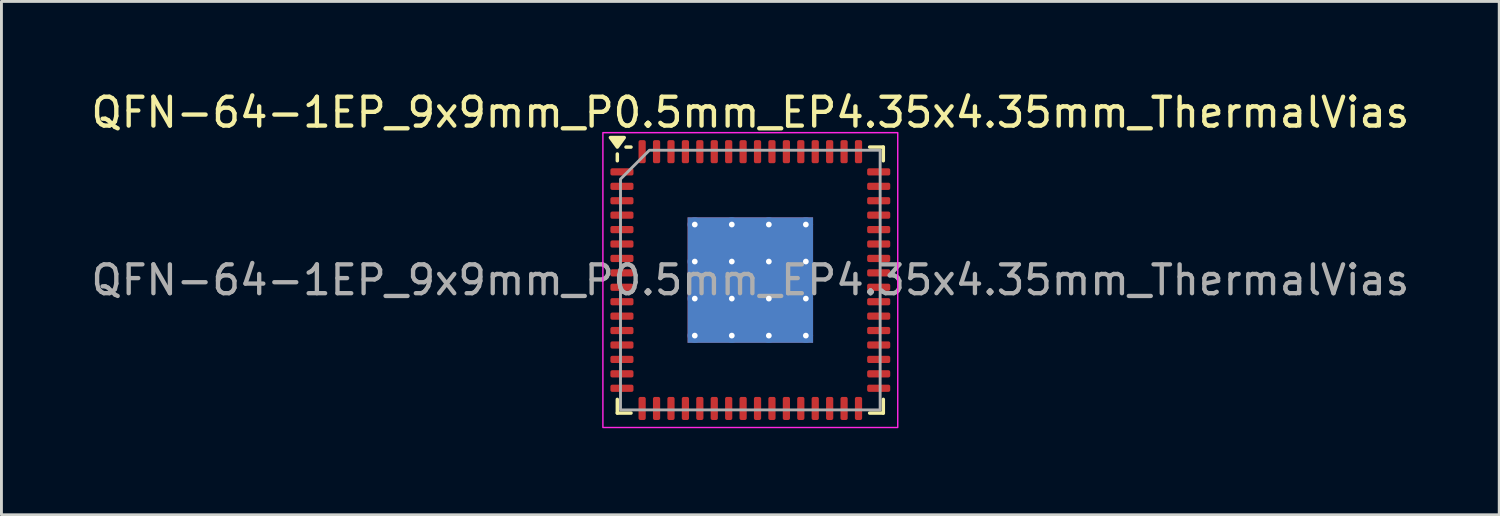
<source format=kicad_pcb>
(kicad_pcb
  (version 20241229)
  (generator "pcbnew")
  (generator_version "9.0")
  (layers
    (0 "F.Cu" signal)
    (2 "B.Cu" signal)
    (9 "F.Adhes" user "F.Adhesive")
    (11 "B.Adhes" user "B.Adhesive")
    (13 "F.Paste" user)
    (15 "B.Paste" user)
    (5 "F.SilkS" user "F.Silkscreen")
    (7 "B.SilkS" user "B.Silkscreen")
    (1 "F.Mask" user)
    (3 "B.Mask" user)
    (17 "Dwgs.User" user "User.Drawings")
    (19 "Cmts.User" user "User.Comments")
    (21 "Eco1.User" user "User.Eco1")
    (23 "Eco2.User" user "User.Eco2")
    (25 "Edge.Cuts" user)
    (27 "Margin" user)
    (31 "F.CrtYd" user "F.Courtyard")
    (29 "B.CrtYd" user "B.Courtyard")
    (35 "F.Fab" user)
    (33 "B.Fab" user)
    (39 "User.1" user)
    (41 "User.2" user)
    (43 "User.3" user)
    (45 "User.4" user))
  (footprint "QFN-64-1EP_9x9mm_P0.5mm_EP4.35x4.35mm_ThermalVias"
    (layer "F.Cu")
    (at 22.958 6.658)
    (property "Reference" "QFN-64-1EP_9x9mm_P0.5mm_EP4.35x4.35mm_ThermalVias" (at 0 -5.81 0) (layer "F.SilkS") (effects (font (size 1 1) (thickness 0.15))))
    (attr smd)
    (fp_line (start -4.61 -4.135) (end -4.61 -4.37) (stroke (width 0.12) (type solid)) (layer "F.SilkS"))
    (fp_line (start -4.61 4.61) (end -4.61 4.135) (stroke (width 0.12) (type solid)) (layer "F.SilkS"))
    (fp_line (start -4.135 -4.61) (end -4.31 -4.61) (stroke (width 0.12) (type solid)) (layer "F.SilkS"))
    (fp_line (start -4.135 4.61) (end -4.61 4.61) (stroke (width 0.12) (type solid)) (layer "F.SilkS"))
    (fp_line (start 4.135 -4.61) (end 4.61 -4.61) (stroke (width 0.12) (type solid)) (layer "F.SilkS"))
    (fp_line (start 4.135 4.61) (end 4.61 4.61) (stroke (width 0.12) (type solid)) (layer "F.SilkS"))
    (fp_line (start 4.61 -4.61) (end 4.61 -4.135) (stroke (width 0.12) (type solid)) (layer "F.SilkS"))
    (fp_line (start 4.61 4.61) (end 4.61 4.135) (stroke (width 0.12) (type solid)) (layer "F.SilkS"))
    (fp_poly (pts (xy -4.61 -4.61) (xy -4.85 -4.94) (xy -4.37 -4.94)) (stroke (width 0.12) (type solid)) (fill yes) (layer "F.SilkS"))
    (fp_rect (start -5.11 -5.11) (end 5.11 5.11) (stroke (width 0.05) (type solid)) (fill no) (layer "F.CrtYd"))
    (fp_poly (pts (xy -4.5 -3.5) (xy -4.5 4.5) (xy 4.5 4.5) (xy 4.5 -4.5) (xy -3.5 -4.5)) (stroke (width 0.1) (type solid)) (fill no) (layer "F.Fab"))
    (fp_text user "${REFERENCE}" (at 0 0 0) (layer "F.Fab") (effects (font (size 1 1) (thickness 0.15))))
    (pad "" smd roundrect (at -1.283 -1.283) (size 1.123 1.123) (layers "F.Paste") (roundrect_rratio 0.223))
    (pad "" smd roundrect (at -1.283 0) (size 1.123 1.123) (layers "F.Paste") (roundrect_rratio 0.223))
    (pad "" smd roundrect (at -1.283 1.283) (size 1.123 1.123) (layers "F.Paste") (roundrect_rratio 0.223))
    (pad "" smd roundrect (at 0 -1.283) (size 1.123 1.123) (layers "F.Paste") (roundrect_rratio 0.223))
    (pad "" smd roundrect (at 0 0) (size 1.123 1.123) (layers "F.Paste") (roundrect_rratio 0.223))
    (pad "" smd roundrect (at 0 1.283) (size 1.123 1.123) (layers "F.Paste") (roundrect_rratio 0.223))
    (pad "" smd roundrect (at 1.283 -1.283) (size 1.123 1.123) (layers "F.Paste") (roundrect_rratio 0.223))
    (pad "" smd roundrect (at 1.283 0) (size 1.123 1.123) (layers "F.Paste") (roundrect_rratio 0.223))
    (pad "" smd roundrect (at 1.283 1.283) (size 1.123 1.123) (layers "F.Paste") (roundrect_rratio 0.223))
    (pad "1" smd roundrect (at -4.45 -3.75) (size 0.8 0.25) (layers "F.Cu" "F.Mask" "F.Paste") (roundrect_rratio 0.25))
    (pad "2" smd roundrect (at -4.45 -3.25) (size 0.8 0.25) (layers "F.Cu" "F.Mask" "F.Paste") (roundrect_rratio 0.25))
    (pad "3" smd roundrect (at -4.45 -2.75) (size 0.8 0.25) (layers "F.Cu" "F.Mask" "F.Paste") (roundrect_rratio 0.25))
    (pad "4" smd roundrect (at -4.45 -2.25) (size 0.8 0.25) (layers "F.Cu" "F.Mask" "F.Paste") (roundrect_rratio 0.25))
    (pad "5" smd roundrect (at -4.45 -1.75) (size 0.8 0.25) (layers "F.Cu" "F.Mask" "F.Paste") (roundrect_rratio 0.25))
    (pad "6" smd roundrect (at -4.45 -1.25) (size 0.8 0.25) (layers "F.Cu" "F.Mask" "F.Paste") (roundrect_rratio 0.25))
    (pad "7" smd roundrect (at -4.45 -0.75) (size 0.8 0.25) (layers "F.Cu" "F.Mask" "F.Paste") (roundrect_rratio 0.25))
    (pad "8" smd roundrect (at -4.45 -0.25) (size 0.8 0.25) (layers "F.Cu" "F.Mask" "F.Paste") (roundrect_rratio 0.25))
    (pad "9" smd roundrect (at -4.45 0.25) (size 0.8 0.25) (layers "F.Cu" "F.Mask" "F.Paste") (roundrect_rratio 0.25))
    (pad "10" smd roundrect (at -4.45 0.75) (size 0.8 0.25) (layers "F.Cu" "F.Mask" "F.Paste") (roundrect_rratio 0.25))
    (pad "11" smd roundrect (at -4.45 1.25) (size 0.8 0.25) (layers "F.Cu" "F.Mask" "F.Paste") (roundrect_rratio 0.25))
    (pad "12" smd roundrect (at -4.45 1.75) (size 0.8 0.25) (layers "F.Cu" "F.Mask" "F.Paste") (roundrect_rratio 0.25))
    (pad "13" smd roundrect (at -4.45 2.25) (size 0.8 0.25) (layers "F.Cu" "F.Mask" "F.Paste") (roundrect_rratio 0.25))
    (pad "14" smd roundrect (at -4.45 2.75) (size 0.8 0.25) (layers "F.Cu" "F.Mask" "F.Paste") (roundrect_rratio 0.25))
    (pad "15" smd roundrect (at -4.45 3.25) (size 0.8 0.25) (layers "F.Cu" "F.Mask" "F.Paste") (roundrect_rratio 0.25))
    (pad "16" smd roundrect (at -4.45 3.75) (size 0.8 0.25) (layers "F.Cu" "F.Mask" "F.Paste") (roundrect_rratio 0.25))
    (pad "17" smd roundrect (at -3.75 4.45) (size 0.25 0.8) (layers "F.Cu" "F.Mask" "F.Paste") (roundrect_rratio 0.25))
    (pad "18" smd roundrect (at -3.25 4.45) (size 0.25 0.8) (layers "F.Cu" "F.Mask" "F.Paste") (roundrect_rratio 0.25))
    (pad "19" smd roundrect (at -2.75 4.45) (size 0.25 0.8) (layers "F.Cu" "F.Mask" "F.Paste") (roundrect_rratio 0.25))
    (pad "20" smd roundrect (at -2.25 4.45) (size 0.25 0.8) (layers "F.Cu" "F.Mask" "F.Paste") (roundrect_rratio 0.25))
    (pad "21" smd roundrect (at -1.75 4.45) (size 0.25 0.8) (layers "F.Cu" "F.Mask" "F.Paste") (roundrect_rratio 0.25))
    (pad "22" smd roundrect (at -1.25 4.45) (size 0.25 0.8) (layers "F.Cu" "F.Mask" "F.Paste") (roundrect_rratio 0.25))
    (pad "23" smd roundrect (at -0.75 4.45) (size 0.25 0.8) (layers "F.Cu" "F.Mask" "F.Paste") (roundrect_rratio 0.25))
    (pad "24" smd roundrect (at -0.25 4.45) (size 0.25 0.8) (layers "F.Cu" "F.Mask" "F.Paste") (roundrect_rratio 0.25))
    (pad "25" smd roundrect (at 0.25 4.45) (size 0.25 0.8) (layers "F.Cu" "F.Mask" "F.Paste") (roundrect_rratio 0.25))
    (pad "26" smd roundrect (at 0.75 4.45) (size 0.25 0.8) (layers "F.Cu" "F.Mask" "F.Paste") (roundrect_rratio 0.25))
    (pad "27" smd roundrect (at 1.25 4.45) (size 0.25 0.8) (layers "F.Cu" "F.Mask" "F.Paste") (roundrect_rratio 0.25))
    (pad "28" smd roundrect (at 1.75 4.45) (size 0.25 0.8) (layers "F.Cu" "F.Mask" "F.Paste") (roundrect_rratio 0.25))
    (pad "29" smd roundrect (at 2.25 4.45) (size 0.25 0.8) (layers "F.Cu" "F.Mask" "F.Paste") (roundrect_rratio 0.25))
    (pad "30" smd roundrect (at 2.75 4.45) (size 0.25 0.8) (layers "F.Cu" "F.Mask" "F.Paste") (roundrect_rratio 0.25))
    (pad "31" smd roundrect (at 3.25 4.45) (size 0.25 0.8) (layers "F.Cu" "F.Mask" "F.Paste") (roundrect_rratio 0.25))
    (pad "32" smd roundrect (at 3.75 4.45) (size 0.25 0.8) (layers "F.Cu" "F.Mask" "F.Paste") (roundrect_rratio 0.25))
    (pad "33" smd roundrect (at 4.45 3.75) (size 0.8 0.25) (layers "F.Cu" "F.Mask" "F.Paste") (roundrect_rratio 0.25))
    (pad "34" smd roundrect (at 4.45 3.25) (size 0.8 0.25) (layers "F.Cu" "F.Mask" "F.Paste") (roundrect_rratio 0.25))
    (pad "35" smd roundrect (at 4.45 2.75) (size 0.8 0.25) (layers "F.Cu" "F.Mask" "F.Paste") (roundrect_rratio 0.25))
    (pad "36" smd roundrect (at 4.45 2.25) (size 0.8 0.25) (layers "F.Cu" "F.Mask" "F.Paste") (roundrect_rratio 0.25))
    (pad "37" smd roundrect (at 4.45 1.75) (size 0.8 0.25) (layers "F.Cu" "F.Mask" "F.Paste") (roundrect_rratio 0.25))
    (pad "38" smd roundrect (at 4.45 1.25) (size 0.8 0.25) (layers "F.Cu" "F.Mask" "F.Paste") (roundrect_rratio 0.25))
    (pad "39" smd roundrect (at 4.45 0.75) (size 0.8 0.25) (layers "F.Cu" "F.Mask" "F.Paste") (roundrect_rratio 0.25))
    (pad "40" smd roundrect (at 4.45 0.25) (size 0.8 0.25) (layers "F.Cu" "F.Mask" "F.Paste") (roundrect_rratio 0.25))
    (pad "41" smd roundrect (at 4.45 -0.25) (size 0.8 0.25) (layers "F.Cu" "F.Mask" "F.Paste") (roundrect_rratio 0.25))
    (pad "42" smd roundrect (at 4.45 -0.75) (size 0.8 0.25) (layers "F.Cu" "F.Mask" "F.Paste") (roundrect_rratio 0.25))
    (pad "43" smd roundrect (at 4.45 -1.25) (size 0.8 0.25) (layers "F.Cu" "F.Mask" "F.Paste") (roundrect_rratio 0.25))
    (pad "44" smd roundrect (at 4.45 -1.75) (size 0.8 0.25) (layers "F.Cu" "F.Mask" "F.Paste") (roundrect_rratio 0.25))
    (pad "45" smd roundrect (at 4.45 -2.25) (size 0.8 0.25) (layers "F.Cu" "F.Mask" "F.Paste") (roundrect_rratio 0.25))
    (pad "46" smd roundrect (at 4.45 -2.75) (size 0.8 0.25) (layers "F.Cu" "F.Mask" "F.Paste") (roundrect_rratio 0.25))
    (pad "47" smd roundrect (at 4.45 -3.25) (size 0.8 0.25) (layers "F.Cu" "F.Mask" "F.Paste") (roundrect_rratio 0.25))
    (pad "48" smd roundrect (at 4.45 -3.75) (size 0.8 0.25) (layers "F.Cu" "F.Mask" "F.Paste") (roundrect_rratio 0.25))
    (pad "49" smd roundrect (at 3.75 -4.45) (size 0.25 0.8) (layers "F.Cu" "F.Mask" "F.Paste") (roundrect_rratio 0.25))
    (pad "50" smd roundrect (at 3.25 -4.45) (size 0.25 0.8) (layers "F.Cu" "F.Mask" "F.Paste") (roundrect_rratio 0.25))
    (pad "51" smd roundrect (at 2.75 -4.45) (size 0.25 0.8) (layers "F.Cu" "F.Mask" "F.Paste") (roundrect_rratio 0.25))
    (pad "52" smd roundrect (at 2.25 -4.45) (size 0.25 0.8) (layers "F.Cu" "F.Mask" "F.Paste") (roundrect_rratio 0.25))
    (pad "53" smd roundrect (at 1.75 -4.45) (size 0.25 0.8) (layers "F.Cu" "F.Mask" "F.Paste") (roundrect_rratio 0.25))
    (pad "54" smd roundrect (at 1.25 -4.45) (size 0.25 0.8) (layers "F.Cu" "F.Mask" "F.Paste") (roundrect_rratio 0.25))
    (pad "55" smd roundrect (at 0.75 -4.45) (size 0.25 0.8) (layers "F.Cu" "F.Mask" "F.Paste") (roundrect_rratio 0.25))
    (pad "56" smd roundrect (at 0.25 -4.45) (size 0.25 0.8) (layers "F.Cu" "F.Mask" "F.Paste") (roundrect_rratio 0.25))
    (pad "57" smd roundrect (at -0.25 -4.45) (size 0.25 0.8) (layers "F.Cu" "F.Mask" "F.Paste") (roundrect_rratio 0.25))
    (pad "58" smd roundrect (at -0.75 -4.45) (size 0.25 0.8) (layers "F.Cu" "F.Mask" "F.Paste") (roundrect_rratio 0.25))
    (pad "59" smd roundrect (at -1.25 -4.45) (size 0.25 0.8) (layers "F.Cu" "F.Mask" "F.Paste") (roundrect_rratio 0.25))
    (pad "60" smd roundrect (at -1.75 -4.45) (size 0.25 0.8) (layers "F.Cu" "F.Mask" "F.Paste") (roundrect_rratio 0.25))
    (pad "61" smd roundrect (at -2.25 -4.45) (size 0.25 0.8) (layers "F.Cu" "F.Mask" "F.Paste") (roundrect_rratio 0.25))
    (pad "62" smd roundrect (at -2.75 -4.45) (size 0.25 0.8) (layers "F.Cu" "F.Mask" "F.Paste") (roundrect_rratio 0.25))
    (pad "63" smd roundrect (at -3.25 -4.45) (size 0.25 0.8) (layers "F.Cu" "F.Mask" "F.Paste") (roundrect_rratio 0.25))
    (pad "64" smd roundrect (at -3.75 -4.45) (size 0.25 0.8) (layers "F.Cu" "F.Mask" "F.Paste") (roundrect_rratio 0.25))
    (pad "65" thru_hole circle (at -1.925 -1.925) (size 0.5 0.5) (drill 0.2) (property pad_prop_heatsink) (layers "*.Cu"))
    (pad "65" thru_hole circle (at -1.925 -0.642) (size 0.5 0.5) (drill 0.2) (property pad_prop_heatsink) (layers "*.Cu"))
    (pad "65" thru_hole circle (at -1.925 0.642) (size 0.5 0.5) (drill 0.2) (property pad_prop_heatsink) (layers "*.Cu"))
    (pad "65" thru_hole circle (at -1.925 1.925) (size 0.5 0.5) (drill 0.2) (property pad_prop_heatsink) (layers "*.Cu"))
    (pad "65" thru_hole circle (at -0.642 -1.925) (size 0.5 0.5) (drill 0.2) (property pad_prop_heatsink) (layers "*.Cu"))
    (pad "65" thru_hole circle (at -0.642 -0.642) (size 0.5 0.5) (drill 0.2) (property pad_prop_heatsink) (layers "*.Cu"))
    (pad "65" thru_hole circle (at -0.642 0.642) (size 0.5 0.5) (drill 0.2) (property pad_prop_heatsink) (layers "*.Cu"))
    (pad "65" thru_hole circle (at -0.642 1.925) (size 0.5 0.5) (drill 0.2) (property pad_prop_heatsink) (layers "*.Cu"))
    (pad "65" smd rect (at 0 0) (size 4.35 4.35) (property pad_prop_heatsink) (layers "F.Cu" "F.Mask"))
    (pad "65" smd rect (at 0 0) (size 4.35 4.35) (property pad_prop_heatsink) (layers "B.Cu"))
    (pad "65" thru_hole circle (at 0.642 -1.925) (size 0.5 0.5) (drill 0.2) (property pad_prop_heatsink) (layers "*.Cu"))
    (pad "65" thru_hole circle (at 0.642 -0.642) (size 0.5 0.5) (drill 0.2) (property pad_prop_heatsink) (layers "*.Cu"))
    (pad "65" thru_hole circle (at 0.642 0.642) (size 0.5 0.5) (drill 0.2) (property pad_prop_heatsink) (layers "*.Cu"))
    (pad "65" thru_hole circle (at 0.642 1.925) (size 0.5 0.5) (drill 0.2) (property pad_prop_heatsink) (layers "*.Cu"))
    (pad "65" thru_hole circle (at 1.925 -1.925) (size 0.5 0.5) (drill 0.2) (property pad_prop_heatsink) (layers "*.Cu"))
    (pad "65" thru_hole circle (at 1.925 -0.642) (size 0.5 0.5) (drill 0.2) (property pad_prop_heatsink) (layers "*.Cu"))
    (pad "65" thru_hole circle (at 1.925 0.642) (size 0.5 0.5) (drill 0.2) (property pad_prop_heatsink) (layers "*.Cu"))
    (pad "65" thru_hole circle (at 1.925 1.925) (size 0.5 0.5) (drill 0.2) (property pad_prop_heatsink) (layers "*.Cu")))
  (gr_rect
    (start -3 -3)
    (end 48.917 14.793)
    (stroke (width 0.1) (type default))
    (fill no)
    (layer "Edge.Cuts")))
</source>
